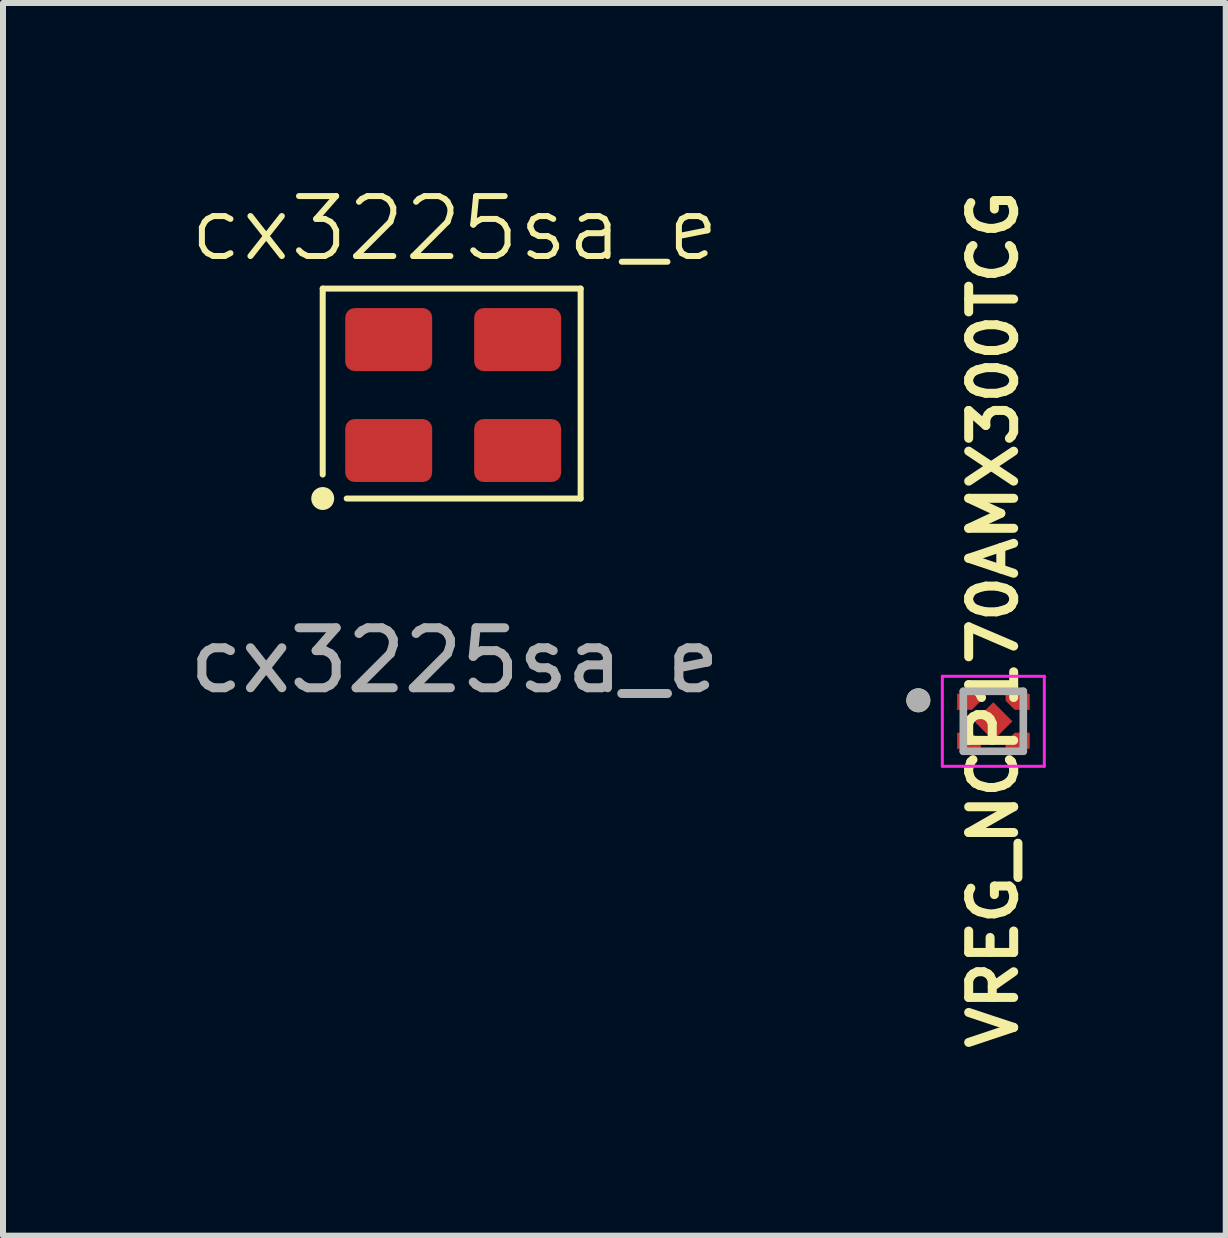
<source format=kicad_pcb>
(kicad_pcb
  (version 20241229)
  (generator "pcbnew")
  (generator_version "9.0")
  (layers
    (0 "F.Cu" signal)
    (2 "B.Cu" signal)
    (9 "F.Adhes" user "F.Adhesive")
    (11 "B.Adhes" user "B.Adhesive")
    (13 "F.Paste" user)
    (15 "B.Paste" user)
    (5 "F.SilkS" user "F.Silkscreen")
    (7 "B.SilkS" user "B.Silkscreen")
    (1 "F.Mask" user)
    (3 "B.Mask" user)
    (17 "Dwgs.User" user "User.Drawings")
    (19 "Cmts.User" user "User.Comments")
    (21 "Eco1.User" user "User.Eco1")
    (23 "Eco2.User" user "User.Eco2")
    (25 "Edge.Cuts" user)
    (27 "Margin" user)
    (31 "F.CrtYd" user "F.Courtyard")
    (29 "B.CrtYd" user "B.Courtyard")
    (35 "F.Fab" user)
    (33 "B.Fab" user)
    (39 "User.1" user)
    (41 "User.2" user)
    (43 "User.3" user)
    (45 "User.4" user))
  (footprint "VREG_NCP170AMX300TCG"
    (layer "F.Cu")
    (at 13.51 8.975)
    (property "Reference" "VREG_NCP170AMX300TCG" (at 0 -1.7 90) (layer "F.SilkS") (effects (font (size 0.75 0.75) (thickness 0.15))))
    (attr smd)
    (fp_poly (pts (xy -0.6 -0.455) (xy -0.21 -0.455) (xy -0.21 -0.345) (xy -0.36 -0.195) (xy -0.6 -0.195)) (stroke (width 0.01) (type solid)) (fill yes) (layer "F.Cu"))
    (fp_poly (pts (xy -0.6 0.455) (xy -0.21 0.455) (xy -0.21 0.345) (xy -0.36 0.195) (xy -0.6 0.195)) (stroke (width 0.01) (type solid)) (fill yes) (layer "F.Cu"))
    (fp_poly (pts (xy 0.6 -0.455) (xy 0.21 -0.455) (xy 0.21 -0.345) (xy 0.36 -0.195) (xy 0.6 -0.195)) (stroke (width 0.01) (type solid)) (fill yes) (layer "F.Cu"))
    (fp_poly (pts (xy 0.6 0.455) (xy 0.21 0.455) (xy 0.21 0.345) (xy 0.36 0.195) (xy 0.6 0.195)) (stroke (width 0.01) (type solid)) (fill yes) (layer "F.Cu"))
    (fp_poly (pts (xy -0.65 -0.505) (xy -0.16 -0.505) (xy -0.16 -0.32) (xy -0.335 -0.145) (xy -0.65 -0.145)) (stroke (width 0.01) (type solid)) (fill yes) (layer "F.Mask"))
    (fp_poly (pts (xy -0.65 0.505) (xy -0.16 0.505) (xy -0.16 0.32) (xy -0.335 0.145) (xy -0.65 0.145)) (stroke (width 0.01) (type solid)) (fill yes) (layer "F.Mask"))
    (fp_poly (pts (xy 0.65 -0.505) (xy 0.16 -0.505) (xy 0.16 -0.32) (xy 0.335 -0.145) (xy 0.65 -0.145)) (stroke (width 0.01) (type solid)) (fill yes) (layer "F.Mask"))
    (fp_poly (pts (xy 0.65 0.505) (xy 0.16 0.505) (xy 0.16 0.32) (xy 0.335 0.145) (xy 0.65 0.145)) (stroke (width 0.01) (type solid)) (fill yes) (layer "F.Mask"))
    (fp_circle (center -1.25 -0.35) (end -1.15 -0.35) (stroke (width 0.2) (type solid)) (fill no) (layer "F.SilkS"))
    (fp_poly (pts (xy -0.6 -0.455) (xy -0.21 -0.455) (xy -0.21 -0.345) (xy -0.36 -0.195) (xy -0.6 -0.195)) (stroke (width 0.01) (type solid)) (fill yes) (layer "F.Paste"))
    (fp_poly (pts (xy -0.6 0.455) (xy -0.21 0.455) (xy -0.21 0.345) (xy -0.36 0.195) (xy -0.6 0.195)) (stroke (width 0.01) (type solid)) (fill yes) (layer "F.Paste"))
    (fp_poly (pts (xy 0.6 -0.455) (xy 0.21 -0.455) (xy 0.21 -0.345) (xy 0.36 -0.195) (xy 0.6 -0.195)) (stroke (width 0.01) (type solid)) (fill yes) (layer "F.Paste"))
    (fp_poly (pts (xy 0.6 0.455) (xy 0.21 0.455) (xy 0.21 0.345) (xy 0.36 0.195) (xy 0.6 0.195)) (stroke (width 0.01) (type solid)) (fill yes) (layer "F.Paste"))
    (fp_line (start -0.85 -0.75) (end 0.85 -0.75) (stroke (width 0.05) (type solid)) (layer "F.CrtYd"))
    (fp_line (start -0.85 0.75) (end -0.85 -0.75) (stroke (width 0.05) (type solid)) (layer "F.CrtYd"))
    (fp_line (start 0.85 -0.75) (end 0.85 0.75) (stroke (width 0.05) (type solid)) (layer "F.CrtYd"))
    (fp_line (start 0.85 0.75) (end -0.85 0.75) (stroke (width 0.05) (type solid)) (layer "F.CrtYd"))
    (fp_line (start -0.5 -0.5) (end -0.5 0.5) (stroke (width 0.127) (type solid)) (layer "F.Fab"))
    (fp_line (start -0.5 0.5) (end 0.5 0.5) (stroke (width 0.127) (type solid)) (layer "F.Fab"))
    (fp_line (start 0.5 -0.5) (end -0.5 -0.5) (stroke (width 0.127) (type solid)) (layer "F.Fab"))
    (fp_line (start 0.5 0.5) (end 0.5 -0.5) (stroke (width 0.127) (type solid)) (layer "F.Fab"))
    (fp_circle (center -1.25 -0.35) (end -1.15 -0.35) (stroke (width 0.2) (type solid)) (fill no) (layer "F.Fab"))
    (pad "1" smd rect (at -0.405 -0.325) (size 0.1 0.1) (layers "F.Cu"))
    (pad "2" smd rect (at -0.405 0.325) (size 0.1 0.1) (layers "F.Cu"))
    (pad "3" smd rect (at 0.405 0.325) (size 0.1 0.1) (layers "F.Cu"))
    (pad "4" smd rect (at 0.405 -0.325) (size 0.1 0.1) (layers "F.Cu"))
    (pad "5" smd rect (at 0 0 45) (size 0.45 0.45) (layers "F.Cu" "F.Mask" "F.Paste")))
  (footprint "cx3225sa_e"
    (layer "F.Cu")
    (at 4.53 3.561)
    (property "Reference" "cx3225sa_e" (at 0 -2.8 0) (unlocked yes) (layer "F.SilkS") (effects (font (size 1 1) (thickness 0.1))))
    (attr through_hole)
    (fp_line (start -2.2 -1.8) (end 2.1 -1.8) (stroke (width 0.1) (type default)) (layer "F.SilkS"))
    (fp_line (start -2.2 1.3) (end -2.2 -1.8) (stroke (width 0.1) (type default)) (layer "F.SilkS"))
    (fp_line (start 2.1 -1.8) (end 2.1 1.7) (stroke (width 0.1) (type default)) (layer "F.SilkS"))
    (fp_line (start 2.1 1.7) (end -1.8 1.7) (stroke (width 0.1) (type default)) (layer "F.SilkS"))
    (fp_circle (center -2.2 1.7) (end -2.3 1.8) (stroke (width 0.1) (type solid)) (fill yes) (layer "F.SilkS"))
    (fp_text user "${REFERENCE}" (at 0 4.4 0) (unlocked yes) (layer "F.Fab") (effects (font (size 1 1) (thickness 0.15))))
    (pad "1" smd roundrect (at -1.1 0.9) (size 1.45 1.05) (layers "F.Cu" "F.Mask" "F.Paste") (roundrect_rratio 0.15))
    (pad "2" smd roundrect (at 1.05 0.9) (size 1.45 1.05) (layers "F.Cu" "F.Mask" "F.Paste") (roundrect_rratio 0.15))
    (pad "3" smd roundrect (at 1.05 -0.95) (size 1.45 1.05) (layers "F.Cu" "F.Mask" "F.Paste") (roundrect_rratio 0.15))
    (pad "4" smd roundrect (at -1.1 -0.95) (size 1.45 1.05) (layers "F.Cu" "F.Mask" "F.Paste") (roundrect_rratio 0.15)))
  (gr_rect
    (start -3 -3)
    (end 17.385 17.55)
    (stroke (width 0.1) (type default))
    (fill no)
    (layer "Edge.Cuts")))
</source>
